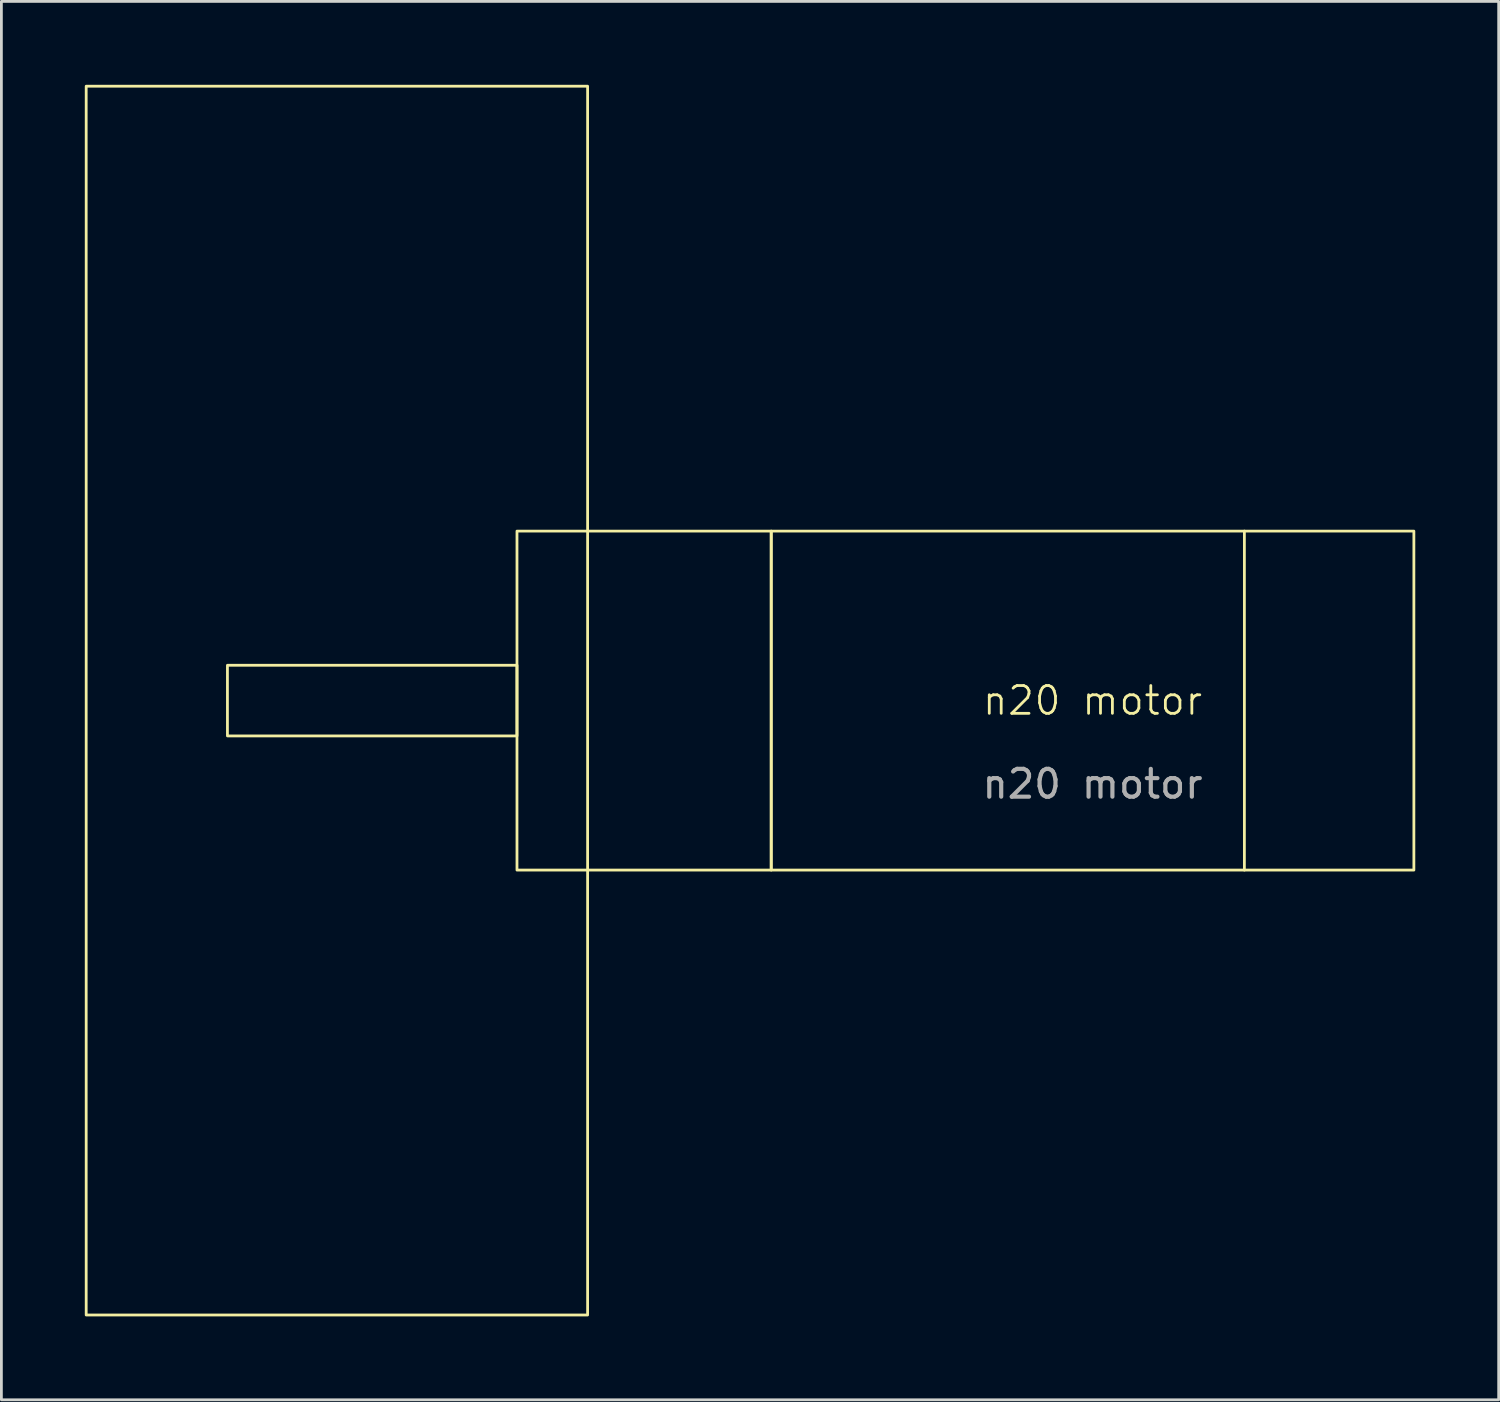
<source format=kicad_pcb>
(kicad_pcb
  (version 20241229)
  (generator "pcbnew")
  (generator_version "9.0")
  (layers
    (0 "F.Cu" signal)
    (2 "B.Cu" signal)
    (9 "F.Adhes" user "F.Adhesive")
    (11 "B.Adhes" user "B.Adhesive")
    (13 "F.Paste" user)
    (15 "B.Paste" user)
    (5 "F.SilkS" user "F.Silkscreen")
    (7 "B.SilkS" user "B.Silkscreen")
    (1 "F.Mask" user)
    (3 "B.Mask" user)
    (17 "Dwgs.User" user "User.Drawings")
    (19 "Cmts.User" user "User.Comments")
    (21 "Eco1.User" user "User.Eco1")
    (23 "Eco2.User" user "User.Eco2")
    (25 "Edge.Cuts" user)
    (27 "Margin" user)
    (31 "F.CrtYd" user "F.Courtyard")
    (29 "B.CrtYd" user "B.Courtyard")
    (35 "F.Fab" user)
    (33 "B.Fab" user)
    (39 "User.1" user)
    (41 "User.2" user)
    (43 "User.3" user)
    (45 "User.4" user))
  (footprint "n20 motor"
    (layer "F.Cu")
    (at 35.61 22.148)
    (property "Reference" "n20 motor" (at 0.635 0 0) (unlocked yes) (layer "F.SilkS") (effects (font (size 1 1) (thickness 0.1))))
    (attr smd)
    (fp_line (start 6.096 -6.096) (end 6.096 6.096) (stroke (width 0.1) (type default)) (layer "F.SilkS"))
    (fp_rect (start -35.56 -22.098) (end -17.526 22.098) (stroke (width 0.1) (type solid)) (fill no) (layer "F.SilkS"))
    (fp_rect (start -30.48 -1.27) (end -20.066 1.27) (stroke (width 0.1) (type solid)) (fill no) (layer "F.SilkS"))
    (fp_rect (start -20.066 -6.096) (end -10.922 6.096) (stroke (width 0.1) (type default)) (fill no) (layer "F.SilkS"))
    (fp_rect (start -10.922 -6.096) (end 12.192 6.096) (stroke (width 0.1) (type solid)) (fill no) (layer "F.SilkS"))
    (fp_text user "${REFERENCE}" (at 0.635 3 0) (unlocked yes) (layer "F.Fab") (effects (font (size 1 1) (thickness 0.15)))))
  (gr_rect
    (start -3 -3)
    (end 50.852 47.296)
    (stroke (width 0.1) (type default))
    (fill no)
    (layer "Edge.Cuts")))
</source>
